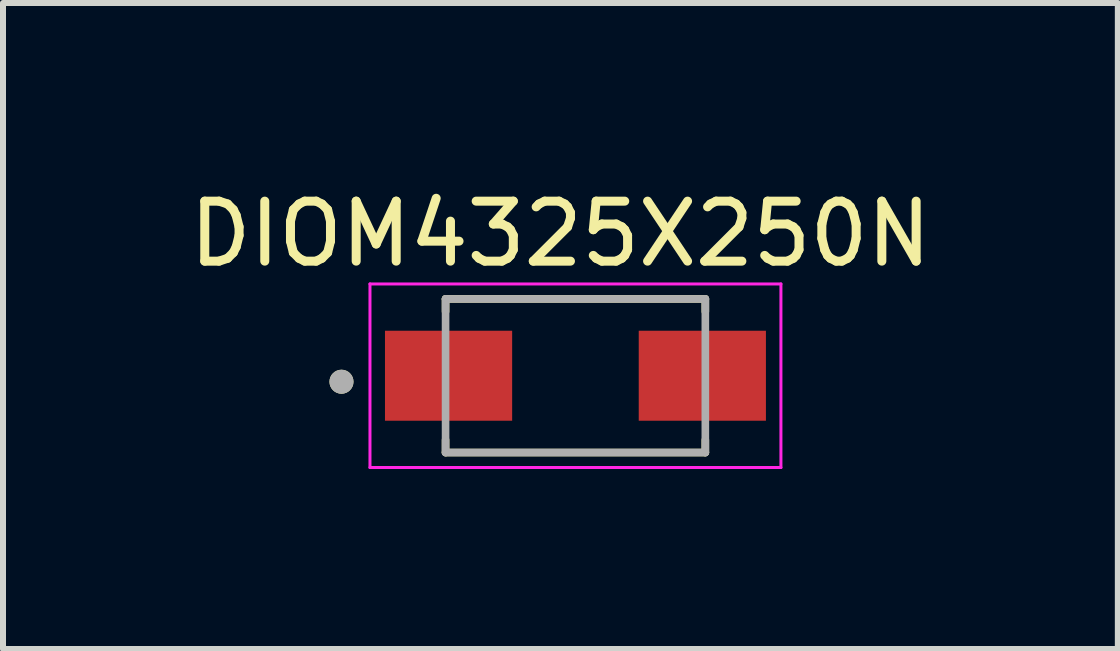
<source format=kicad_pcb>
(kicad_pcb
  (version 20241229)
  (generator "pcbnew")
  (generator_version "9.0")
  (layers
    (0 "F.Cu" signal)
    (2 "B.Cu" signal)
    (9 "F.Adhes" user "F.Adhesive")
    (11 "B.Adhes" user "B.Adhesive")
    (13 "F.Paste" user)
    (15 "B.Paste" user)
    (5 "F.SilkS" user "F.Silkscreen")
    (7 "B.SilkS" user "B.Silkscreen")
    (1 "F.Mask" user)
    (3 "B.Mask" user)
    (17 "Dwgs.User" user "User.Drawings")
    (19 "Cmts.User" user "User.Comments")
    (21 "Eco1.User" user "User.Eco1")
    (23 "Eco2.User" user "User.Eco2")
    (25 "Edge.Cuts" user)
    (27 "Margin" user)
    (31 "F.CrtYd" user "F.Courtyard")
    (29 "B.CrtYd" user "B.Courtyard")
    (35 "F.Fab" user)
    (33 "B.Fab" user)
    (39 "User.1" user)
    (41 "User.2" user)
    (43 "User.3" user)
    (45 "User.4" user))
  (footprint "DIOM4325X250N"
    (layer "F.Cu")
    (at 6.542 3.213)
    (property "Reference" "DIOM4325X250N" (at -0.25 -2.365 0) (layer "F.SilkS") (effects (font (size 1 1) (thickness 0.15))))
    (attr smd)
    (fp_line (start -2.165 -1.28) (end -2.165 -1.07) (stroke (width 0.127) (type solid)) (layer "F.SilkS"))
    (fp_line (start -2.165 1.28) (end -2.165 1.07) (stroke (width 0.127) (type solid)) (layer "F.SilkS"))
    (fp_line (start -2.165 1.28) (end 2.165 1.28) (stroke (width 0.127) (type solid)) (layer "F.SilkS"))
    (fp_line (start 2.165 -1.28) (end -2.165 -1.28) (stroke (width 0.127) (type solid)) (layer "F.SilkS"))
    (fp_line (start 2.165 -1.07) (end 2.165 -1.28) (stroke (width 0.127) (type solid)) (layer "F.SilkS"))
    (fp_line (start 2.165 1.28) (end 2.165 1.07) (stroke (width 0.127) (type solid)) (layer "F.SilkS"))
    (fp_circle (center -3.9 0.1) (end -3.8 0.1) (stroke (width 0.2) (type solid)) (fill no) (layer "F.SilkS"))
    (fp_line (start -3.425 -1.53) (end -3.425 1.53) (stroke (width 0.05) (type solid)) (layer "F.CrtYd"))
    (fp_line (start -3.425 1.53) (end 3.425 1.53) (stroke (width 0.05) (type solid)) (layer "F.CrtYd"))
    (fp_line (start 3.425 -1.53) (end -3.425 -1.53) (stroke (width 0.05) (type solid)) (layer "F.CrtYd"))
    (fp_line (start 3.425 1.53) (end 3.425 -1.53) (stroke (width 0.05) (type solid)) (layer "F.CrtYd"))
    (fp_line (start -2.165 -1.28) (end -2.165 1.28) (stroke (width 0.127) (type solid)) (layer "F.Fab"))
    (fp_line (start -2.165 1.28) (end 2.165 1.28) (stroke (width 0.127) (type solid)) (layer "F.Fab"))
    (fp_line (start 2.165 -1.28) (end -2.165 -1.28) (stroke (width 0.127) (type solid)) (layer "F.Fab"))
    (fp_line (start 2.165 1.28) (end 2.165 -1.28) (stroke (width 0.127) (type solid)) (layer "F.Fab"))
    (fp_circle (center -3.9 0.1) (end -3.8 0.1) (stroke (width 0.2) (type solid)) (fill no) (layer "F.Fab"))
    (pad "A" smd rect (at 2.115 0) (size 2.12 1.5) (layers "F.Cu" "F.Mask" "F.Paste"))
    (pad "C" smd rect (at -2.115 0) (size 2.12 1.5) (layers "F.Cu" "F.Mask" "F.Paste")))
  (gr_rect
    (start -3 -3)
    (end 15.583 7.768)
    (stroke (width 0.1) (type default))
    (fill no)
    (layer "Edge.Cuts")))
</source>
